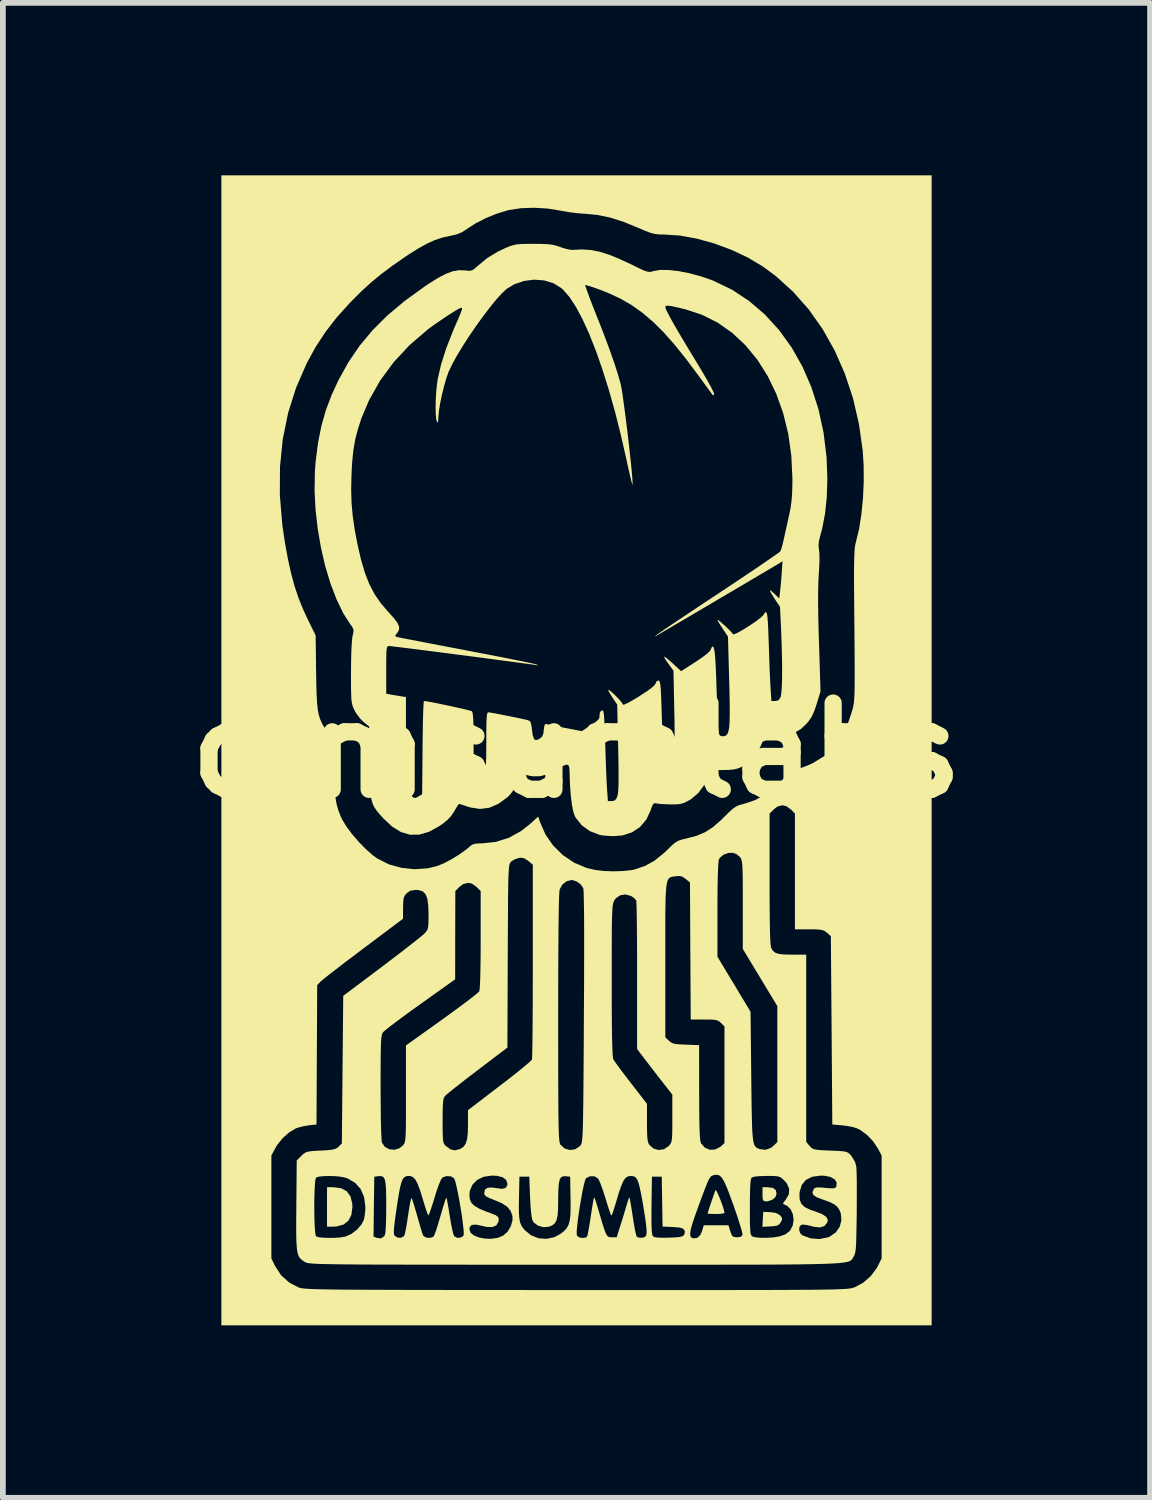
<source format=kicad_pcb>
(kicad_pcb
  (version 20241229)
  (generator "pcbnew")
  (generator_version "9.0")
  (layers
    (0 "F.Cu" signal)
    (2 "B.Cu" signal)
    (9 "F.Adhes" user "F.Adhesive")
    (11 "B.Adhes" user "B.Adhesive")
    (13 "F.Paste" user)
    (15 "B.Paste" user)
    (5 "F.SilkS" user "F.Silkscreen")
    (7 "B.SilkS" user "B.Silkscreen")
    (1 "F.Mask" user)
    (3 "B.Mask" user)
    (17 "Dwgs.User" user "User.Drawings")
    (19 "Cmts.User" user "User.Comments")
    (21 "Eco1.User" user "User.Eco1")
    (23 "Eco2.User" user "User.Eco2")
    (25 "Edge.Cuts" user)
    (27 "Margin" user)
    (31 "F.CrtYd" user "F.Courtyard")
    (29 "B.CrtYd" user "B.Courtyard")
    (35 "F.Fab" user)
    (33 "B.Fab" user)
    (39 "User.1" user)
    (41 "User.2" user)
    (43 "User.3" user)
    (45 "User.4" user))
  (footprint "dimsumlabs"
    (layer "F.Cu")
    (at 6.979 10.003)
    (property "Reference" "dimsumlabs" (at 0 0 0) (layer "F.SilkS") (effects (font (size 1.5 1.5) (thickness 0.3))))
    (attr board_only exclude_from_pos_files exclude_from_bom allow_missing_courtyard)
    (fp_poly (pts (xy 3.418 7.613) (xy 3.468 7.652) (xy 3.481 7.714) (xy 3.459 7.774) (xy 3.402 7.821) (xy 3.325 7.845) (xy 3.304 7.846) (xy 3.264 7.842) (xy 3.244 7.824) (xy 3.237 7.779) (xy 3.236 7.723) (xy 3.236 7.6) (xy 3.329 7.6)) (stroke (width 0) (type solid)) (fill yes) (layer "F.SilkS"))
    (fp_poly (pts (xy -4.095 7.618) (xy -3.997 7.671) (xy -3.932 7.76) (xy -3.901 7.884) (xy -3.898 7.944) (xy -3.916 8.081) (xy -3.968 8.183) (xy -4.055 8.251) (xy -4.176 8.283) (xy -4.241 8.287) (xy -4.34 8.287) (xy -4.34 7.944) (xy -4.34 7.6) (xy -4.228 7.6)) (stroke (width 0) (type solid)) (fill yes) (layer "F.SilkS"))
    (fp_poly (pts (xy 3.369 8.034) (xy 3.467 8.047) (xy 3.532 8.082) (xy 3.54 8.089) (xy 3.574 8.13) (xy 3.575 8.165) (xy 3.554 8.208) (xy 3.527 8.247) (xy 3.489 8.268) (xy 3.427 8.279) (xy 3.375 8.282) (xy 3.234 8.289) (xy 3.241 8.159) (xy 3.249 8.029)) (stroke (width 0) (type solid)) (fill yes) (layer "F.SilkS"))
    (fp_poly (pts (xy 2.43 7.658) (xy 2.453 7.701) (xy 2.483 7.768) (xy 2.514 7.847) (xy 2.543 7.927) (xy 2.564 7.996) (xy 2.574 8.042) (xy 2.574 8.047) (xy 2.552 8.057) (xy 2.494 8.064) (xy 2.427 8.066) (xy 2.35 8.065) (xy 2.296 8.062) (xy 2.28 8.058) (xy 2.287 8.033) (xy 2.306 7.974) (xy 2.332 7.896) (xy 2.361 7.81) (xy 2.389 7.731) (xy 2.41 7.671) (xy 2.418 7.649)) (stroke (width 0) (type solid)) (fill yes) (layer "F.SilkS"))
    (fp_poly (pts (xy -0.607 -8.81) (xy -0.503 -8.805) (xy -0.423 -8.796) (xy -0.354 -8.78) (xy -0.284 -8.756) (xy -0.282 -8.755) (xy -0.192 -8.726) (xy -0.109 -8.708) (xy -0.061 -8.706) (xy 0.095 -8.714) (xy 0.246 -8.704) (xy 0.401 -8.674) (xy 0.57 -8.621) (xy 0.76 -8.543) (xy 0.973 -8.443) (xy 1.088 -8.386) (xy 1.169 -8.349) (xy 1.226 -8.329) (xy 1.268 -8.322) (xy 1.305 -8.327) (xy 1.339 -8.337) (xy 1.453 -8.357) (xy 1.601 -8.356) (xy 1.775 -8.337) (xy 1.966 -8.299) (xy 2.164 -8.246) (xy 2.36 -8.178) (xy 2.383 -8.168) (xy 2.706 -8.013) (xy 3.004 -7.816) (xy 3.278 -7.581) (xy 3.524 -7.311) (xy 3.743 -7.008) (xy 3.931 -6.675) (xy 4.087 -6.315) (xy 4.21 -5.931) (xy 4.298 -5.526) (xy 4.35 -5.102) (xy 4.364 -4.729) (xy 4.354 -4.406) (xy 4.324 -4.118) (xy 4.273 -3.854) (xy 4.244 -3.747) (xy 4.217 -3.637) (xy 4.21 -3.553) (xy 4.219 -3.489) (xy 4.226 -3.42) (xy 4.227 -3.312) (xy 4.222 -3.176) (xy 4.215 -3.078) (xy 4.208 -2.942) (xy 4.204 -2.774) (xy 4.203 -2.57) (xy 4.206 -2.327) (xy 4.213 -2.041) (xy 4.218 -1.893) (xy 4.245 -1.026) (xy 4.178 -0.805) (xy 4.135 -0.68) (xy 4.093 -0.587) (xy 4.041 -0.51) (xy 4.004 -0.466) (xy 3.907 -0.373) (xy 3.805 -0.311) (xy 3.686 -0.277) (xy 3.538 -0.265) (xy 3.48 -0.265) (xy 3.269 -0.268) (xy 3.226 -0.124) (xy 3.155 0.037) (xy 3.048 0.171) (xy 2.912 0.27) (xy 2.882 0.285) (xy 2.808 0.315) (xy 2.733 0.333) (xy 2.639 0.341) (xy 2.534 0.343) (xy 2.31 0.343) (xy 2.284 0.45) (xy 2.221 0.604) (xy 2.12 0.742) (xy 1.991 0.851) (xy 1.961 0.868) (xy 1.888 0.907) (xy 1.825 0.929) (xy 1.756 0.939) (xy 1.662 0.941) (xy 1.626 0.94) (xy 1.527 0.937) (xy 1.441 0.931) (xy 1.386 0.923) (xy 1.38 0.922) (xy 1.351 0.92) (xy 1.328 0.944) (xy 1.303 1.002) (xy 1.29 1.044) (xy 1.215 1.204) (xy 1.106 1.333) (xy 0.967 1.426) (xy 0.802 1.48) (xy 0.65 1.493) (xy 0.551 1.489) (xy 0.461 1.481) (xy 0.405 1.472) (xy 0.231 1.405) (xy 0.091 1.304) (xy -0.014 1.171) (xy -0.03 1.142) (xy -0.057 1.064) (xy -0.08 0.943) (xy -0.099 0.788) (xy -0.113 0.606) (xy -0.12 0.404) (xy -0.121 0.362) (xy -0.126 0.292) (xy -0.144 0.255) (xy -0.181 0.249) (xy -0.243 0.275) (xy -0.338 0.33) (xy -0.343 0.333) (xy -0.492 0.411) (xy -0.626 0.45) (xy -0.757 0.452) (xy -0.817 0.442) (xy -0.887 0.428) (xy -0.932 0.422) (xy -0.941 0.422) (xy -0.996 0.538) (xy -1.069 0.658) (xy -1.149 0.762) (xy -1.199 0.814) (xy -1.357 0.93) (xy -1.516 0.999) (xy -1.678 1.02) (xy -1.846 0.994) (xy -1.881 0.983) (xy -1.96 0.957) (xy -2.019 0.938) (xy -2.044 0.932) (xy -2.061 0.951) (xy -2.093 1.002) (xy -2.129 1.064) (xy -2.182 1.144) (xy -2.248 1.214) (xy -2.339 1.286) (xy -2.389 1.32) (xy -2.566 1.417) (xy -2.735 1.467) (xy -2.897 1.468) (xy -3.055 1.421) (xy -3.209 1.325) (xy -3.357 1.187) (xy -3.424 1.113) (xy -3.477 1.049) (xy -3.518 0.989) (xy -3.547 0.926) (xy -3.568 0.853) (xy -3.582 0.762) (xy -3.59 0.646) (xy -3.595 0.499) (xy -3.598 0.312) (xy -3.599 0.215) (xy -3.607 -0.415) (xy -3.702 -0.49) (xy -3.768 -0.557) (xy -3.833 -0.645) (xy -3.86 -0.692) (xy -3.88 -0.735) (xy -3.896 -0.775) (xy -3.907 -0.819) (xy -3.915 -0.875) (xy -3.919 -0.95) (xy -3.922 -1.052) (xy -3.923 -1.189) (xy -3.923 -1.353) (xy -3.921 -1.551) (xy -3.917 -1.721) (xy -3.91 -1.857) (xy -3.902 -1.954) (xy -3.894 -1.994) (xy -3.879 -2.064) (xy -3.883 -2.112) (xy -3.912 -2.163) (xy -3.929 -2.184) (xy -4.058 -2.385) (xy -4.175 -2.627) (xy -4.28 -2.902) (xy -4.371 -3.203) (xy -4.445 -3.523) (xy -4.502 -3.855) (xy -4.54 -4.191) (xy -4.557 -4.525) (xy -4.556 -4.527) (xy -3.92 -4.527) (xy -3.913 -4.299) (xy -3.893 -4.078) (xy -3.86 -3.847) (xy -3.811 -3.588) (xy -3.749 -3.318) (xy -3.681 -3.088) (xy -3.604 -2.891) (xy -3.513 -2.717) (xy -3.405 -2.56) (xy -3.276 -2.41) (xy -3.179 -2.303) (xy -3.117 -2.22) (xy -3.087 -2.155) (xy -3.086 -2.101) (xy -3.112 -2.051) (xy -3.126 -2.035) (xy -3.153 -1.998) (xy -3.144 -1.979) (xy -3.135 -1.975) (xy -3.105 -1.968) (xy -3.032 -1.953) (xy -2.919 -1.931) (xy -2.773 -1.903) (xy -2.598 -1.869) (xy -2.399 -1.831) (xy -2.18 -1.789) (xy -1.947 -1.745) (xy -1.925 -1.74) (xy -1.69 -1.695) (xy -1.468 -1.653) (xy -1.265 -1.613) (xy -1.086 -1.577) (xy -0.935 -1.547) (xy -0.817 -1.522) (xy -0.737 -1.505) (xy -0.7 -1.495) (xy -0.699 -1.495) (xy -0.67 -1.48) (xy -0.684 -1.479) (xy -0.711 -1.484) (xy -0.756 -1.491) (xy -0.842 -1.503) (xy -0.964 -1.519) (xy -1.116 -1.54) (xy -1.293 -1.563) (xy -1.488 -1.589) (xy -1.697 -1.617) (xy -1.912 -1.645) (xy -2.13 -1.673) (xy -2.344 -1.701) (xy -2.548 -1.727) (xy -2.737 -1.751) (xy -2.905 -1.772) (xy -3.047 -1.79) (xy -3.157 -1.803) (xy -3.228 -1.812) (xy -3.256 -1.814) (xy -3.276 -1.813) (xy -3.29 -1.804) (xy -3.299 -1.781) (xy -3.305 -1.737) (xy -3.308 -1.664) (xy -3.31 -1.557) (xy -3.31 -1.408) (xy -3.31 -1.399) (xy -3.31 -0.985) (xy -3.242 -0.972) (xy -3.174 -0.96) (xy -3.089 -0.946) (xy -3.071 -0.943) (xy -2.967 -0.927) (xy -2.967 -0.113) (xy -2.967 0.702) (xy -2.892 0.773) (xy -2.843 0.817) (xy -2.81 0.83) (xy -2.773 0.817) (xy -2.751 0.804) (xy -2.685 0.763) (xy -2.678 -0.047) (xy -2.676 -0.241) (xy -2.673 -0.418) (xy -2.67 -0.573) (xy -2.666 -0.7) (xy -2.661 -0.793) (xy -2.657 -0.847) (xy -2.654 -0.858) (xy -2.612 -0.853) (xy -2.535 -0.84) (xy -2.432 -0.82) (xy -2.313 -0.795) (xy -2.189 -0.769) (xy -2.068 -0.742) (xy -1.961 -0.718) (xy -1.878 -0.698) (xy -1.829 -0.684) (xy -1.82 -0.68) (xy -1.809 -0.657) (xy -1.801 -0.606) (xy -1.795 -0.521) (xy -1.792 -0.399) (xy -1.79 -0.234) (xy -1.79 -0.145) (xy -1.79 0.367) (xy -1.727 0.382) (xy -1.655 0.379) (xy -1.617 0.355) (xy -1.601 0.337) (xy -1.588 0.312) (xy -1.58 0.274) (xy -1.574 0.215) (xy -1.571 0.129) (xy -1.57 0.009) (xy -1.569 -0.153) (xy -1.569 -0.175) (xy -1.569 -0.346) (xy -1.567 -0.474) (xy -1.563 -0.564) (xy -1.557 -0.621) (xy -1.548 -0.652) (xy -1.537 -0.662) (xy -1.536 -0.662) (xy -1.501 -0.657) (xy -1.429 -0.645) (xy -1.332 -0.626) (xy -1.22 -0.604) (xy -1.105 -0.581) (xy -0.997 -0.559) (xy -0.907 -0.539) (xy -0.854 -0.527) (xy -0.818 -0.513) (xy -0.797 -0.486) (xy -0.784 -0.432) (xy -0.775 -0.361) (xy -0.761 -0.258) (xy -0.74 -0.198) (xy -0.71 -0.177) (xy -0.665 -0.189) (xy -0.643 -0.201) (xy -0.599 -0.237) (xy -0.577 -0.287) (xy -0.569 -0.356) (xy -0.558 -0.432) (xy -0.539 -0.46) (xy -0.532 -0.459) (xy -0.498 -0.451) (xy -0.425 -0.435) (xy -0.326 -0.415) (xy -0.21 -0.392) (xy -0.205 -0.391) (xy 0.093 -0.334) (xy 0.252 -0.438) (xy 0.334 -0.494) (xy 0.38 -0.534) (xy 0.399 -0.568) (xy 0.399 -0.597) (xy 0.406 -0.655) (xy 0.426 -0.684) (xy 0.452 -0.698) (xy 0.467 -0.677) (xy 0.476 -0.633) (xy 0.48 -0.584) (xy 0.485 -0.495) (xy 0.491 -0.374) (xy 0.496 -0.232) (xy 0.501 -0.076) (xy 0.502 -0.049) (xy 0.507 0.12) (xy 0.513 0.288) (xy 0.519 0.444) (xy 0.525 0.574) (xy 0.531 0.668) (xy 0.531 0.668) (xy 0.546 0.883) (xy 0.614 0.883) (xy 0.663 0.874) (xy 0.693 0.841) (xy 0.712 0.793) (xy 0.721 0.751) (xy 0.727 0.684) (xy 0.731 0.589) (xy 0.732 0.459) (xy 0.731 0.292) (xy 0.728 0.083) (xy 0.725 -0.047) (xy 0.708 -0.797) (xy 0.625 -0.919) (xy 0.583 -0.985) (xy 0.557 -1.033) (xy 0.553 -1.052) (xy 0.576 -1.043) (xy 0.62 -1.007) (xy 0.675 -0.955) (xy 0.731 -0.897) (xy 0.778 -0.843) (xy 0.806 -0.803) (xy 0.809 -0.793) (xy 0.828 -0.795) (xy 0.881 -0.819) (xy 0.961 -0.862) (xy 1.059 -0.92) (xy 1.09 -0.94) (xy 1.209 -1.017) (xy 1.299 -1.081) (xy 1.355 -1.129) (xy 1.372 -1.156) (xy 1.392 -1.199) (xy 1.409 -1.21) (xy 1.427 -1.214) (xy 1.441 -1.206) (xy 1.451 -1.181) (xy 1.46 -1.134) (xy 1.466 -1.059) (xy 1.472 -0.951) (xy 1.477 -0.805) (xy 1.483 -0.625) (xy 1.488 -0.455) (xy 1.494 -0.283) (xy 1.5 -0.123) (xy 1.507 0.014) (xy 1.512 0.106) (xy 1.527 0.346) (xy 1.601 0.338) (xy 1.66 0.321) (xy 1.692 0.275) (xy 1.698 0.257) (xy 1.702 0.215) (xy 1.706 0.131) (xy 1.708 0.01) (xy 1.708 -0.14) (xy 1.707 -0.313) (xy 1.705 -0.502) (xy 1.703 -0.601) (xy 1.687 -1.385) (xy 1.601 -1.503) (xy 1.556 -1.567) (xy 1.529 -1.613) (xy 1.524 -1.631) (xy 1.546 -1.62) (xy 1.593 -1.583) (xy 1.658 -1.526) (xy 1.677 -1.509) (xy 1.82 -1.377) (xy 2.074 -1.54) (xy 2.191 -1.619) (xy 2.276 -1.684) (xy 2.325 -1.732) (xy 2.334 -1.751) (xy 2.353 -1.794) (xy 2.369 -1.807) (xy 2.382 -1.799) (xy 2.394 -1.763) (xy 2.405 -1.696) (xy 2.414 -1.594) (xy 2.422 -1.455) (xy 2.43 -1.274) (xy 2.437 -1.049) (xy 2.44 -0.968) (xy 2.445 -0.81) (xy 2.45 -0.66) (xy 2.456 -0.529) (xy 2.462 -0.427) (xy 2.467 -0.364) (xy 2.467 -0.362) (xy 2.478 -0.291) (xy 2.495 -0.257) (xy 2.526 -0.246) (xy 2.549 -0.245) (xy 2.583 -0.249) (xy 2.61 -0.265) (xy 2.631 -0.295) (xy 2.647 -0.346) (xy 2.658 -0.421) (xy 2.664 -0.524) (xy 2.666 -0.661) (xy 2.665 -0.835) (xy 2.661 -1.05) (xy 2.656 -1.219) (xy 2.635 -1.979) (xy 2.543 -2.117) (xy 2.497 -2.188) (xy 2.464 -2.243) (xy 2.452 -2.27) (xy 2.467 -2.265) (xy 2.507 -2.234) (xy 2.561 -2.186) (xy 2.62 -2.132) (xy 2.673 -2.079) (xy 2.71 -2.038) (xy 2.722 -2.02) (xy 2.745 -2.02) (xy 2.798 -2.043) (xy 2.873 -2.084) (xy 2.96 -2.137) (xy 3.05 -2.195) (xy 3.134 -2.254) (xy 3.203 -2.307) (xy 3.248 -2.348) (xy 3.261 -2.369) (xy 3.28 -2.4) (xy 3.294 -2.403) (xy 3.306 -2.394) (xy 3.316 -2.363) (xy 3.323 -2.306) (xy 3.33 -2.217) (xy 3.336 -2.09) (xy 3.342 -1.922) (xy 3.344 -1.869) (xy 3.35 -1.694) (xy 3.356 -1.519) (xy 3.362 -1.354) (xy 3.369 -1.214) (xy 3.374 -1.109) (xy 3.375 -1.097) (xy 3.39 -0.858) (xy 3.458 -0.858) (xy 3.51 -0.869) (xy 3.543 -0.91) (xy 3.553 -0.935) (xy 3.563 -0.994) (xy 3.571 -1.095) (xy 3.576 -1.233) (xy 3.577 -1.401) (xy 3.575 -1.594) (xy 3.57 -1.805) (xy 3.562 -2.028) (xy 3.558 -2.125) (xy 3.54 -2.497) (xy 3.449 -2.633) (xy 3.393 -2.722) (xy 3.366 -2.772) (xy 3.369 -2.785) (xy 3.401 -2.762) (xy 3.443 -2.723) (xy 3.527 -2.642) (xy 3.54 -2.749) (xy 3.548 -2.825) (xy 3.558 -2.929) (xy 3.567 -3.044) (xy 3.569 -3.073) (xy 3.584 -3.29) (xy 3.527 -3.253) (xy 3.495 -3.234) (xy 3.427 -3.194) (xy 3.327 -3.134) (xy 3.2 -3.06) (xy 3.052 -2.972) (xy 2.887 -2.874) (xy 2.71 -2.77) (xy 2.526 -2.662) (xy 2.34 -2.552) (xy 2.158 -2.445) (xy 1.983 -2.342) (xy 1.822 -2.247) (xy 1.678 -2.163) (xy 1.558 -2.092) (xy 1.466 -2.038) (xy 1.406 -2.003) (xy 1.385 -1.991) (xy 1.365 -1.982) (xy 1.37 -1.99) (xy 1.403 -2.015) (xy 1.465 -2.058) (xy 1.558 -2.122) (xy 1.683 -2.206) (xy 1.843 -2.313) (xy 2.039 -2.444) (xy 2.273 -2.6) (xy 2.468 -2.728) (xy 2.672 -2.864) (xy 2.865 -2.993) (xy 3.041 -3.111) (xy 3.197 -3.216) (xy 3.329 -3.307) (xy 3.433 -3.379) (xy 3.506 -3.43) (xy 3.542 -3.458) (xy 3.546 -3.461) (xy 3.561 -3.5) (xy 3.582 -3.572) (xy 3.604 -3.663) (xy 3.607 -3.678) (xy 3.631 -3.787) (xy 3.661 -3.921) (xy 3.691 -4.058) (xy 3.702 -4.107) (xy 3.726 -4.226) (xy 3.741 -4.341) (xy 3.751 -4.466) (xy 3.755 -4.616) (xy 3.756 -4.732) (xy 3.737 -5.128) (xy 3.683 -5.508) (xy 3.595 -5.867) (xy 3.475 -6.203) (xy 3.325 -6.513) (xy 3.146 -6.795) (xy 2.941 -7.045) (xy 2.711 -7.261) (xy 2.458 -7.439) (xy 2.184 -7.577) (xy 1.9 -7.67) (xy 1.762 -7.704) (xy 1.665 -7.725) (xy 1.601 -7.735) (xy 1.564 -7.734) (xy 1.548 -7.724) (xy 1.545 -7.709) (xy 1.557 -7.67) (xy 1.595 -7.594) (xy 1.654 -7.484) (xy 1.734 -7.343) (xy 1.833 -7.175) (xy 1.948 -6.983) (xy 2.035 -6.84) (xy 2.161 -6.632) (xy 2.26 -6.463) (xy 2.332 -6.335) (xy 2.377 -6.246) (xy 2.395 -6.196) (xy 2.393 -6.185) (xy 2.371 -6.179) (xy 2.37 -6.18) (xy 2.353 -6.203) (xy 2.313 -6.258) (xy 2.253 -6.339) (xy 2.18 -6.44) (xy 2.12 -6.522) (xy 1.903 -6.812) (xy 1.701 -7.063) (xy 1.511 -7.277) (xy 1.327 -7.459) (xy 1.146 -7.613) (xy 0.963 -7.743) (xy 0.772 -7.854) (xy 0.57 -7.948) (xy 0.503 -7.976) (xy 0.399 -8.016) (xy 0.305 -8.05) (xy 0.236 -8.073) (xy 0.215 -8.079) (xy 0.148 -8.096) (xy 0.194 -7.965) (xy 0.219 -7.896) (xy 0.258 -7.793) (xy 0.307 -7.668) (xy 0.36 -7.532) (xy 0.39 -7.459) (xy 0.489 -7.205) (xy 0.577 -6.967) (xy 0.653 -6.751) (xy 0.714 -6.563) (xy 0.758 -6.41) (xy 0.773 -6.351) (xy 0.787 -6.276) (xy 0.804 -6.166) (xy 0.823 -6.029) (xy 0.844 -5.871) (xy 0.866 -5.7) (xy 0.888 -5.52) (xy 0.909 -5.34) (xy 0.928 -5.166) (xy 0.946 -5.005) (xy 0.96 -4.864) (xy 0.97 -4.748) (xy 0.975 -4.666) (xy 0.975 -4.623) (xy 0.974 -4.619) (xy 0.966 -4.638) (xy 0.95 -4.699) (xy 0.928 -4.793) (xy 0.9 -4.912) (xy 0.872 -5.045) (xy 0.774 -5.476) (xy 0.671 -5.885) (xy 0.563 -6.269) (xy 0.451 -6.625) (xy 0.338 -6.949) (xy 0.223 -7.24) (xy 0.107 -7.495) (xy -0.007 -7.71) (xy -0.12 -7.883) (xy -0.23 -8.01) (xy -0.265 -8.042) (xy -0.404 -8.127) (xy -0.565 -8.175) (xy -0.739 -8.188) (xy -0.915 -8.165) (xy -1.083 -8.107) (xy -1.214 -8.028) (xy -1.293 -7.955) (xy -1.392 -7.847) (xy -1.503 -7.71) (xy -1.623 -7.553) (xy -1.746 -7.383) (xy -1.867 -7.207) (xy -1.98 -7.032) (xy -2.08 -6.866) (xy -2.163 -6.716) (xy -2.222 -6.591) (xy -2.226 -6.583) (xy -2.265 -6.47) (xy -2.305 -6.331) (xy -2.342 -6.18) (xy -2.373 -6.032) (xy -2.394 -5.901) (xy -2.403 -5.801) (xy -2.403 -5.798) (xy -2.406 -5.728) (xy -2.415 -5.703) (xy -2.427 -5.713) (xy -2.44 -5.759) (xy -2.448 -5.844) (xy -2.451 -5.956) (xy -2.449 -6.084) (xy -2.442 -6.217) (xy -2.43 -6.346) (xy -2.415 -6.455) (xy -2.357 -6.708) (xy -2.266 -6.995) (xy -2.141 -7.313) (xy -2.106 -7.395) (xy -2.053 -7.516) (xy -2.018 -7.6) (xy -1.998 -7.654) (xy -1.99 -7.683) (xy -1.994 -7.695) (xy -2.006 -7.698) (xy -2.012 -7.698) (xy -2.042 -7.685) (xy -2.103 -7.65) (xy -2.186 -7.598) (xy -2.283 -7.535) (xy -2.383 -7.467) (xy -2.479 -7.401) (xy -2.562 -7.341) (xy -2.587 -7.322) (xy -2.903 -7.05) (xy -3.18 -6.753) (xy -3.416 -6.432) (xy -3.608 -6.092) (xy -3.738 -5.786) (xy -3.802 -5.591) (xy -3.85 -5.405) (xy -3.883 -5.212) (xy -3.904 -4.998) (xy -3.915 -4.779) (xy -3.92 -4.527) (xy -4.556 -4.527) (xy -4.551 -4.848) (xy -4.538 -5.026) (xy -4.496 -5.351) (xy -4.438 -5.643) (xy -4.361 -5.916) (xy -4.259 -6.184) (xy -4.143 -6.436) (xy -3.97 -6.748) (xy -3.774 -7.037) (xy -3.548 -7.308) (xy -3.289 -7.566) (xy -2.991 -7.816) (xy -2.65 -8.063) (xy -2.57 -8.117) (xy -2.407 -8.219) (xy -2.271 -8.29) (xy -2.154 -8.334) (xy -2.047 -8.352) (xy -1.942 -8.349) (xy -1.924 -8.347) (xy -1.86 -8.341) (xy -1.813 -8.352) (xy -1.762 -8.388) (xy -1.726 -8.421) (xy -1.552 -8.565) (xy -1.361 -8.68) (xy -1.243 -8.735) (xy -1.168 -8.767) (xy -1.104 -8.788) (xy -1.041 -8.801) (xy -0.965 -8.808) (xy -0.863 -8.811) (xy -0.748 -8.811)) (stroke (width 0) (type solid)) (fill yes) (layer "F.SilkS"))
    (fp_poly (pts (xy 6.178 0) (xy 6.178 10.003) (xy 0 10.003) (xy -6.178 10.003) (xy -6.178 8.839) (xy -5.308 8.839) (xy -5.239 8.979) (xy -5.136 9.135) (xy -4.998 9.258) (xy -4.844 9.34) (xy -4.828 9.345) (xy -4.811 9.351) (xy -4.789 9.356) (xy -4.761 9.36) (xy -4.725 9.364) (xy -4.679 9.367) (xy -4.621 9.371) (xy -4.548 9.373) (xy -4.459 9.376) (xy -4.35 9.378) (xy -4.222 9.38) (xy -4.07 9.382) (xy -3.893 9.383) (xy -3.69 9.384) (xy -3.457 9.385) (xy -3.193 9.386) (xy -2.896 9.387) (xy -2.563 9.387) (xy -2.193 9.388) (xy -1.783 9.388) (xy -1.332 9.388) (xy -0.836 9.389) (xy -0.295 9.389) (xy -0.007 9.389) (xy 0.558 9.389) (xy 1.075 9.389) (xy 1.548 9.389) (xy 1.978 9.389) (xy 2.368 9.389) (xy 2.719 9.389) (xy 3.033 9.388) (xy 3.313 9.388) (xy 3.561 9.387) (xy 3.779 9.386) (xy 3.969 9.385) (xy 4.133 9.384) (xy 4.273 9.382) (xy 4.391 9.38) (xy 4.49 9.378) (xy 4.571 9.375) (xy 4.637 9.372) (xy 4.689 9.369) (xy 4.73 9.365) (xy 4.762 9.361) (xy 4.787 9.356) (xy 4.807 9.351) (xy 4.825 9.345) (xy 4.841 9.34) (xy 4.987 9.261) (xy 5.119 9.146) (xy 5.224 9.006) (xy 5.248 8.961) (xy 5.308 8.839) (xy 5.308 7.944) (xy 5.308 7.049) (xy 5.242 6.925) (xy 5.16 6.801) (xy 5.052 6.689) (xy 4.934 6.603) (xy 4.882 6.577) (xy 4.811 6.554) (xy 4.713 6.535) (xy 4.622 6.524) (xy 4.45 6.509) (xy 4.438 4.871) (xy 4.425 3.232) (xy 4.357 3.173) (xy 4.321 3.145) (xy 4.281 3.128) (xy 4.228 3.119) (xy 4.147 3.114) (xy 4.044 3.114) (xy 3.8 3.114) (xy 3.8 2.107) (xy 3.8 1.1) (xy 3.729 1.028) (xy 3.647 0.97) (xy 3.58 0.956) (xy 3.495 0.978) (xy 3.431 1.028) (xy 3.359 1.1) (xy 3.359 2.243) (xy 3.359 2.539) (xy 3.361 2.788) (xy 3.363 2.993) (xy 3.366 3.157) (xy 3.37 3.281) (xy 3.376 3.368) (xy 3.382 3.422) (xy 3.387 3.44) (xy 3.419 3.489) (xy 3.458 3.521) (xy 3.515 3.541) (xy 3.599 3.551) (xy 3.721 3.554) (xy 3.745 3.554) (xy 3.996 3.555) (xy 3.996 5.184) (xy 3.996 6.813) (xy 4.055 6.882) (xy 4.082 6.911) (xy 4.111 6.931) (xy 4.151 6.944) (xy 4.212 6.952) (xy 4.303 6.958) (xy 4.413 6.963) (xy 4.538 6.968) (xy 4.625 6.974) (xy 4.682 6.983) (xy 4.72 6.997) (xy 4.749 7.019) (xy 4.78 7.052) (xy 4.781 7.053) (xy 4.843 7.154) (xy 4.867 7.237) (xy 4.871 7.289) (xy 4.874 7.383) (xy 4.876 7.51) (xy 4.876 7.664) (xy 4.876 7.838) (xy 4.875 8.023) (xy 4.875 8.042) (xy 4.872 8.247) (xy 4.869 8.408) (xy 4.866 8.533) (xy 4.862 8.626) (xy 4.856 8.693) (xy 4.848 8.741) (xy 4.838 8.775) (xy 4.826 8.8) (xy 4.819 8.811) (xy 4.809 8.828) (xy 4.8 8.843) (xy 4.791 8.857) (xy 4.78 8.869) (xy 4.764 8.88) (xy 4.741 8.891) (xy 4.709 8.9) (xy 4.667 8.908) (xy 4.612 8.915) (xy 4.542 8.922) (xy 4.455 8.927) (xy 4.349 8.932) (xy 4.222 8.936) (xy 4.072 8.939) (xy 3.897 8.942) (xy 3.694 8.944) (xy 3.462 8.946) (xy 3.199 8.947) (xy 2.902 8.948) (xy 2.57 8.948) (xy 2.2 8.949) (xy 1.79 8.949) (xy 1.339 8.949) (xy 0.844 8.949) (xy 0.303 8.949) (xy -0.018 8.949) (xy -0.577 8.949) (xy -1.09 8.949) (xy -1.557 8.949) (xy -1.982 8.948) (xy -2.367 8.948) (xy -2.712 8.948) (xy -3.022 8.947) (xy -3.296 8.947) (xy -3.539 8.946) (xy -3.752 8.945) (xy -3.936 8.943) (xy -4.094 8.942) (xy -4.229 8.94) (xy -4.342 8.938) (xy -4.435 8.936) (xy -4.51 8.933) (xy -4.57 8.93) (xy -4.616 8.926) (xy -4.651 8.923) (xy -4.677 8.918) (xy -4.696 8.914) (xy -4.71 8.909) (xy -4.721 8.903) (xy -4.725 8.901) (xy -4.766 8.874) (xy -4.799 8.847) (xy -4.825 8.814) (xy -4.845 8.769) (xy -4.859 8.707) (xy -4.868 8.624) (xy -4.874 8.514) (xy -4.876 8.371) (xy -4.876 8.191) (xy -4.874 7.968) (xy -4.874 7.919) (xy -4.874 7.911) (xy -4.562 7.911) (xy -4.561 8.05) (xy -4.558 8.182) (xy -4.553 8.298) (xy -4.546 8.388) (xy -4.536 8.443) (xy -4.531 8.454) (xy -4.491 8.469) (xy -4.416 8.478) (xy -4.318 8.482) (xy -4.212 8.481) (xy -4.111 8.474) (xy -4.028 8.46) (xy -4.025 8.46) (xy -3.531 8.46) (xy -3.476 8.48) (xy -3.403 8.491) (xy -3.35 8.458) (xy -3.334 8.433) (xy -3.326 8.395) (xy -3.325 8.387) (xy -3.178 8.387) (xy -3.174 8.424) (xy -3.164 8.445) (xy -3.112 8.477) (xy -3.051 8.479) (xy -3.003 8.452) (xy -2.995 8.44) (xy -2.983 8.4) (xy -2.967 8.323) (xy -2.949 8.218) (xy -2.931 8.097) (xy -2.929 8.084) (xy -2.911 7.969) (xy -2.895 7.876) (xy -2.88 7.813) (xy -2.87 7.789) (xy -2.868 7.789) (xy -2.856 7.819) (xy -2.834 7.887) (xy -2.805 7.982) (xy -2.772 8.095) (xy -2.77 8.103) (xy -2.737 8.22) (xy -2.707 8.322) (xy -2.683 8.399) (xy -2.668 8.44) (xy -2.668 8.44) (xy -2.628 8.472) (xy -2.567 8.483) (xy -2.508 8.471) (xy -2.482 8.452) (xy -2.467 8.418) (xy -2.441 8.347) (xy -2.41 8.247) (xy -2.375 8.129) (xy -2.365 8.096) (xy -2.331 7.979) (xy -2.301 7.883) (xy -2.279 7.814) (xy -2.265 7.782) (xy -2.263 7.781) (xy -2.256 7.807) (xy -2.243 7.873) (xy -2.226 7.968) (xy -2.208 8.084) (xy -2.204 8.105) (xy -2.184 8.226) (xy -2.163 8.33) (xy -2.145 8.408) (xy -2.13 8.449) (xy -2.129 8.451) (xy -2.08 8.479) (xy -2.019 8.478) (xy -1.971 8.45) (xy -1.965 8.44) (xy -1.961 8.402) (xy -1.965 8.335) (xy -1.863 8.335) (xy -1.841 8.394) (xy -1.781 8.441) (xy -1.693 8.476) (xy -1.589 8.495) (xy -1.478 8.497) (xy -1.37 8.481) (xy -1.277 8.443) (xy -1.275 8.442) (xy -1.2 8.375) (xy -1.143 8.28) (xy -1.113 8.176) (xy -1.114 8.102) (xy -1.146 8.012) (xy -1.207 7.938) (xy -1.229 7.924) (xy -1.003 7.924) (xy -1.002 8.048) (xy -0.995 8.14) (xy -0.982 8.209) (xy -0.961 8.263) (xy -0.93 8.31) (xy -0.901 8.346) (xy -0.791 8.436) (xy -0.661 8.488) (xy -0.522 8.499) (xy -0.384 8.469) (xy -0.285 8.416) (xy -0.257 8.395) (xy 0.003 8.395) (xy 0.006 8.44) (xy 0.007 8.44) (xy 0.04 8.47) (xy 0.097 8.483) (xy 0.154 8.478) (xy 0.185 8.457) (xy 0.194 8.425) (xy 0.208 8.353) (xy 0.226 8.253) (xy 0.244 8.134) (xy 0.248 8.109) (xy 0.266 7.99) (xy 0.283 7.889) (xy 0.296 7.815) (xy 0.304 7.779) (xy 0.305 7.777) (xy 0.316 7.794) (xy 0.336 7.847) (xy 0.361 7.927) (xy 0.367 7.947) (xy 0.417 8.117) (xy 0.455 8.245) (xy 0.485 8.338) (xy 0.509 8.401) (xy 0.531 8.44) (xy 0.552 8.461) (xy 0.576 8.469) (xy 0.605 8.471) (xy 0.613 8.471) (xy 0.699 8.471) (xy 0.765 8.262) (xy 0.802 8.146) (xy 0.838 8.026) (xy 0.867 7.927) (xy 0.872 7.911) (xy 0.894 7.838) (xy 0.912 7.79) (xy 0.921 7.778) (xy 0.928 7.804) (xy 0.94 7.87) (xy 0.956 7.966) (xy 0.974 8.083) (xy 0.979 8.114) (xy 0.998 8.236) (xy 1.017 8.341) (xy 1.034 8.419) (xy 1.048 8.461) (xy 1.05 8.464) (xy 1.089 8.478) (xy 1.143 8.479) (xy 1.192 8.466) (xy 1.214 8.433) (xy 1.22 8.385) (xy 1.218 8.333) (xy 1.209 8.242) (xy 1.193 8.123) (xy 1.19 8.107) (xy 1.304 8.107) (xy 1.305 8.253) (xy 1.309 8.356) (xy 1.317 8.421) (xy 1.327 8.45) (xy 1.354 8.467) (xy 1.405 8.476) (xy 1.49 8.479) (xy 1.601 8.478) (xy 1.717 8.473) (xy 1.794 8.466) (xy 1.841 8.454) (xy 1.867 8.436) (xy 1.873 8.428) (xy 1.878 8.408) (xy 1.977 8.408) (xy 1.982 8.453) (xy 2.003 8.479) (xy 2.029 8.489) (xy 2.099 8.484) (xy 2.154 8.432) (xy 2.185 8.36) (xy 2.214 8.262) (xy 2.429 8.262) (xy 2.643 8.262) (xy 2.676 8.367) (xy 2.7 8.431) (xy 2.727 8.462) (xy 2.773 8.47) (xy 2.795 8.471) (xy 2.859 8.463) (xy 2.886 8.435) (xy 2.889 8.427) (xy 2.883 8.391) (xy 2.863 8.317) (xy 2.831 8.212) (xy 2.79 8.085) (xy 2.742 7.947) (xy 3.016 7.947) (xy 3.016 8.114) (xy 3.017 8.239) (xy 3.021 8.328) (xy 3.026 8.388) (xy 3.034 8.425) (xy 3.046 8.446) (xy 3.059 8.457) (xy 3.114 8.472) (xy 3.204 8.48) (xy 3.312 8.48) (xy 3.425 8.473) (xy 3.528 8.457) (xy 3.529 8.457) (xy 3.635 8.42) (xy 3.711 8.36) (xy 3.714 8.357) (xy 3.721 8.343) (xy 3.873 8.343) (xy 3.892 8.4) (xy 3.929 8.437) (xy 4.071 8.489) (xy 4.223 8.502) (xy 4.369 8.474) (xy 4.406 8.459) (xy 4.509 8.388) (xy 4.578 8.29) (xy 4.609 8.176) (xy 4.598 8.056) (xy 4.572 7.992) (xy 4.535 7.939) (xy 4.479 7.895) (xy 4.395 7.854) (xy 4.274 7.811) (xy 4.175 7.773) (xy 4.121 7.735) (xy 4.105 7.693) (xy 4.12 7.648) (xy 4.138 7.621) (xy 4.164 7.607) (xy 4.211 7.603) (xy 4.29 7.608) (xy 4.326 7.612) (xy 4.42 7.619) (xy 4.476 7.618) (xy 4.506 7.608) (xy 4.521 7.587) (xy 4.521 7.586) (xy 4.526 7.517) (xy 4.489 7.461) (xy 4.413 7.42) (xy 4.306 7.4) (xy 4.24 7.399) (xy 4.098 7.419) (xy 3.99 7.474) (xy 3.918 7.562) (xy 3.882 7.683) (xy 3.879 7.705) (xy 3.881 7.809) (xy 3.91 7.887) (xy 3.972 7.947) (xy 4.074 7.996) (xy 4.145 8.019) (xy 4.269 8.066) (xy 4.345 8.116) (xy 4.373 8.171) (xy 4.361 8.218) (xy 4.311 8.276) (xy 4.236 8.3) (xy 4.132 8.289) (xy 4.087 8.277) (xy 4.006 8.258) (xy 3.94 8.25) (xy 3.913 8.253) (xy 3.88 8.287) (xy 3.873 8.343) (xy 3.721 8.343) (xy 3.761 8.269) (xy 3.777 8.169) (xy 3.764 8.069) (xy 3.724 7.982) (xy 3.66 7.921) (xy 3.627 7.906) (xy 3.598 7.894) (xy 3.596 7.875) (xy 3.624 7.837) (xy 3.64 7.817) (xy 3.695 7.722) (xy 3.7 7.627) (xy 3.657 7.532) (xy 3.619 7.488) (xy 3.578 7.449) (xy 3.543 7.424) (xy 3.5 7.411) (xy 3.436 7.405) (xy 3.34 7.404) (xy 3.305 7.404) (xy 3.179 7.408) (xy 3.091 7.417) (xy 3.046 7.433) (xy 3.045 7.434) (xy 3.034 7.463) (xy 3.025 7.528) (xy 3.02 7.632) (xy 3.017 7.779) (xy 3.016 7.947) (xy 2.742 7.947) (xy 2.741 7.942) (xy 2.731 7.916) (xy 2.667 7.739) (xy 2.615 7.604) (xy 2.571 7.506) (xy 2.532 7.44) (xy 2.495 7.401) (xy 2.457 7.385) (xy 2.414 7.385) (xy 2.391 7.39) (xy 2.366 7.397) (xy 2.344 7.409) (xy 2.324 7.431) (xy 2.301 7.468) (xy 2.274 7.528) (xy 2.239 7.615) (xy 2.194 7.735) (xy 2.135 7.894) (xy 2.12 7.934) (xy 2.058 8.108) (xy 2.013 8.241) (xy 1.987 8.339) (xy 1.977 8.408) (xy 1.878 8.408) (xy 1.887 8.375) (xy 1.873 8.342) (xy 1.845 8.317) (xy 1.792 8.302) (xy 1.704 8.294) (xy 1.671 8.292) (xy 1.497 8.285) (xy 1.49 7.851) (xy 1.483 7.417) (xy 1.397 7.417) (xy 1.312 7.417) (xy 1.305 7.916) (xy 1.304 8.107) (xy 1.19 8.107) (xy 1.171 7.987) (xy 1.154 7.882) (xy 1.124 7.718) (xy 1.098 7.596) (xy 1.074 7.51) (xy 1.049 7.454) (xy 1.02 7.422) (xy 0.985 7.408) (xy 0.944 7.404) (xy 0.894 7.412) (xy 0.852 7.439) (xy 0.815 7.493) (xy 0.777 7.58) (xy 0.734 7.706) (xy 0.722 7.748) (xy 0.681 7.883) (xy 0.651 7.978) (xy 0.632 8.04) (xy 0.619 8.074) (xy 0.61 8.089) (xy 0.604 8.089) (xy 0.601 8.086) (xy 0.59 8.06) (xy 0.568 7.996) (xy 0.538 7.904) (xy 0.504 7.792) (xy 0.501 7.783) (xy 0.464 7.666) (xy 0.428 7.565) (xy 0.396 7.488) (xy 0.374 7.448) (xy 0.374 7.447) (xy 0.313 7.411) (xy 0.238 7.409) (xy 0.172 7.44) (xy 0.163 7.449) (xy 0.147 7.487) (xy 0.127 7.564) (xy 0.104 7.671) (xy 0.081 7.798) (xy 0.058 7.935) (xy 0.037 8.073) (xy 0.02 8.202) (xy 0.008 8.312) (xy 0.003 8.395) (xy -0.257 8.395) (xy -0.219 8.365) (xy -0.17 8.313) (xy -0.137 8.251) (xy -0.116 8.172) (xy -0.105 8.067) (xy -0.102 7.927) (xy -0.104 7.797) (xy -0.11 7.417) (xy -0.19 7.409) (xy -0.236 7.41) (xy -0.27 7.429) (xy -0.294 7.471) (xy -0.308 7.542) (xy -0.316 7.649) (xy -0.319 7.798) (xy -0.319 7.836) (xy -0.321 7.988) (xy -0.33 8.099) (xy -0.348 8.176) (xy -0.378 8.229) (xy -0.422 8.264) (xy -0.478 8.287) (xy -0.572 8.296) (xy -0.666 8.27) (xy -0.741 8.216) (xy -0.763 8.185) (xy -0.777 8.134) (xy -0.79 8.042) (xy -0.801 7.913) (xy -0.808 7.772) (xy -0.821 7.417) (xy -0.907 7.417) (xy -0.993 7.417) (xy -1 7.76) (xy -1.003 7.924) (xy -1.229 7.924) (xy -1.304 7.876) (xy -1.422 7.826) (xy -1.515 7.789) (xy -1.571 7.761) (xy -1.598 7.735) (xy -1.606 7.704) (xy -1.606 7.7) (xy -1.59 7.639) (xy -1.54 7.608) (xy -1.453 7.607) (xy -1.4 7.615) (xy -1.298 7.628) (xy -1.235 7.614) (xy -1.205 7.571) (xy -1.201 7.538) (xy -1.224 7.472) (xy -1.288 7.426) (xy -1.391 7.401) (xy -1.472 7.398) (xy -1.612 7.418) (xy -1.727 7.472) (xy -1.81 7.556) (xy -1.856 7.663) (xy -1.863 7.734) (xy -1.856 7.809) (xy -1.83 7.87) (xy -1.778 7.922) (xy -1.694 7.972) (xy -1.573 8.023) (xy -1.49 8.053) (xy -1.407 8.086) (xy -1.364 8.118) (xy -1.352 8.157) (xy -1.359 8.203) (xy -1.395 8.265) (xy -1.465 8.294) (xy -1.569 8.29) (xy -1.645 8.272) (xy -1.752 8.25) (xy -1.821 8.257) (xy -1.857 8.293) (xy -1.863 8.335) (xy -1.965 8.335) (xy -1.966 8.325) (xy -1.978 8.218) (xy -1.995 8.092) (xy -2.017 7.956) (xy -2.04 7.819) (xy -2.065 7.69) (xy -2.089 7.579) (xy -2.11 7.495) (xy -2.128 7.448) (xy -2.13 7.444) (xy -2.186 7.411) (xy -2.262 7.407) (xy -2.327 7.428) (xy -2.356 7.465) (xy -2.393 7.55) (xy -2.439 7.681) (xy -2.466 7.771) (xy -2.502 7.887) (xy -2.534 7.985) (xy -2.559 8.055) (xy -2.575 8.089) (xy -2.577 8.09) (xy -2.589 8.068) (xy -2.611 8.008) (xy -2.64 7.919) (xy -2.673 7.81) (xy -2.675 7.805) (xy -2.722 7.652) (xy -2.763 7.542) (xy -2.802 7.469) (xy -2.843 7.425) (xy -2.889 7.406) (xy -2.916 7.404) (xy -2.959 7.408) (xy -2.993 7.425) (xy -3.022 7.459) (xy -3.046 7.516) (xy -3.069 7.604) (xy -3.092 7.726) (xy -3.118 7.89) (xy -3.127 7.949) (xy -3.151 8.114) (xy -3.167 8.238) (xy -3.176 8.327) (xy -3.178 8.387) (xy -3.325 8.387) (xy -3.319 8.316) (xy -3.314 8.206) (xy -3.311 8.074) (xy -3.31 7.938) (xy -3.311 7.761) (xy -3.314 7.627) (xy -3.322 7.53) (xy -3.335 7.466) (xy -3.355 7.428) (xy -3.384 7.41) (xy -3.423 7.406) (xy -3.446 7.408) (xy -3.518 7.417) (xy -3.525 7.938) (xy -3.531 8.46) (xy -4.025 8.46) (xy -4.013 8.457) (xy -3.913 8.411) (xy -3.817 8.336) (xy -3.739 8.246) (xy -3.7 8.17) (xy -3.684 8.094) (xy -3.674 7.997) (xy -3.673 7.94) (xy -3.695 7.772) (xy -3.755 7.632) (xy -3.851 7.524) (xy -3.979 7.449) (xy -4.033 7.431) (xy -4.114 7.416) (xy -4.214 7.407) (xy -4.319 7.405) (xy -4.416 7.409) (xy -4.491 7.418) (xy -4.531 7.434) (xy -4.542 7.469) (xy -4.55 7.543) (xy -4.556 7.648) (xy -4.56 7.773) (xy -4.562 7.911) (xy -4.874 7.911) (xy -4.867 7.135) (xy -4.787 7.055) (xy -4.749 7.019) (xy -4.713 6.996) (xy -4.669 6.981) (xy -4.603 6.972) (xy -4.506 6.965) (xy -4.45 6.963) (xy -4.331 6.956) (xy -4.251 6.947) (xy -4.197 6.934) (xy -4.161 6.915) (xy -4.138 6.894) (xy -4.082 6.839) (xy -4.073 5.861) (xy -3.408 5.861) (xy -3.407 6.08) (xy -3.405 6.28) (xy -3.403 6.457) (xy -3.399 6.606) (xy -3.394 6.721) (xy -3.389 6.796) (xy -3.385 6.825) (xy -3.334 6.898) (xy -3.257 6.94) (xy -3.168 6.949) (xy -3.081 6.923) (xy -3.022 6.876) (xy -3.007 6.858) (xy -2.995 6.839) (xy -2.986 6.812) (xy -2.979 6.774) (xy -2.974 6.718) (xy -2.97 6.639) (xy -2.968 6.533) (xy -2.968 6.447) (xy -2.329 6.447) (xy -2.329 6.592) (xy -2.327 6.697) (xy -2.323 6.77) (xy -2.315 6.817) (xy -2.303 6.848) (xy -2.286 6.871) (xy -2.274 6.882) (xy -2.192 6.942) (xy -2.115 6.959) (xy -2.029 6.937) (xy -2.022 6.934) (xy -1.966 6.898) (xy -1.928 6.844) (xy -1.903 6.764) (xy -1.891 6.651) (xy -1.888 6.514) (xy -1.888 6.26) (xy -1.339 5.84) (xy -1.196 5.73) (xy -1.066 5.628) (xy -0.954 5.538) (xy -0.865 5.464) (xy -0.804 5.411) (xy -0.776 5.382) (xy -0.775 5.381) (xy -0.773 5.35) (xy -0.77 5.274) (xy -0.768 5.158) (xy -0.766 5.005) (xy -0.764 4.819) (xy -0.763 4.659) (xy -0.319 4.659) (xy -0.319 5.035) (xy -0.318 5.366) (xy -0.318 5.653) (xy -0.317 5.901) (xy -0.316 6.112) (xy -0.315 6.289) (xy -0.313 6.435) (xy -0.31 6.554) (xy -0.308 6.648) (xy -0.304 6.72) (xy -0.3 6.774) (xy -0.295 6.813) (xy -0.289 6.839) (xy -0.283 6.856) (xy -0.279 6.861) (xy -0.207 6.926) (xy -0.118 6.953) (xy -0.025 6.941) (xy 0.056 6.888) (xy 0.064 6.88) (xy 0.073 6.869) (xy 0.08 6.857) (xy 0.087 6.839) (xy 0.093 6.813) (xy 0.098 6.776) (xy 0.103 6.724) (xy 0.107 6.655) (xy 0.11 6.565) (xy 0.113 6.452) (xy 0.115 6.312) (xy 0.118 6.143) (xy 0.12 5.94) (xy 0.122 5.702) (xy 0.124 5.424) (xy 0.126 5.105) (xy 0.128 4.74) (xy 0.128 4.645) (xy 0.131 4.216) (xy 0.132 4.004) (xy 0.613 4.004) (xy 0.613 4.323) (xy 0.614 4.596) (xy 0.616 4.824) (xy 0.619 5.009) (xy 0.623 5.155) (xy 0.627 5.262) (xy 0.633 5.334) (xy 0.639 5.372) (xy 0.641 5.377) (xy 0.665 5.413) (xy 0.713 5.48) (xy 0.781 5.572) (xy 0.863 5.68) (xy 0.948 5.79) (xy 1.226 6.149) (xy 1.226 6.477) (xy 1.227 6.619) (xy 1.231 6.721) (xy 1.239 6.791) (xy 1.252 6.837) (xy 1.265 6.861) (xy 1.338 6.927) (xy 1.427 6.953) (xy 1.52 6.94) (xy 1.602 6.886) (xy 1.612 6.876) (xy 1.632 6.85) (xy 1.647 6.822) (xy 1.657 6.782) (xy 1.663 6.723) (xy 1.666 6.637) (xy 1.667 6.516) (xy 1.667 6.401) (xy 1.667 5.989) (xy 1.525 5.808) (xy 1.445 5.706) (xy 1.351 5.584) (xy 1.258 5.463) (xy 1.218 5.412) (xy 1.054 5.196) (xy 1.054 3.924) (xy 1.054 3.678) (xy 1.053 3.446) (xy 1.053 3.364) (xy 1.545 3.364) (xy 1.545 3.652) (xy 1.545 4.993) (xy 1.608 5.052) (xy 1.643 5.081) (xy 1.685 5.1) (xy 1.744 5.111) (xy 1.834 5.117) (xy 1.902 5.12) (xy 2.133 5.129) (xy 2.134 5.954) (xy 2.135 6.192) (xy 2.136 6.385) (xy 2.139 6.538) (xy 2.143 6.654) (xy 2.148 6.739) (xy 2.155 6.797) (xy 2.164 6.831) (xy 2.167 6.838) (xy 2.233 6.912) (xy 2.319 6.949) (xy 2.413 6.944) (xy 2.503 6.898) (xy 2.518 6.885) (xy 2.574 6.832) (xy 2.574 5.817) (xy 2.574 4.803) (xy 2.514 4.743) (xy 2.482 4.715) (xy 2.446 4.697) (xy 2.395 4.687) (xy 2.317 4.683) (xy 2.221 4.683) (xy 1.987 4.683) (xy 1.981 3.591) (xy 2.452 3.591) (xy 2.74 4.069) (xy 3.028 4.548) (xy 3.04 5.676) (xy 3.043 5.95) (xy 3.046 6.18) (xy 3.05 6.369) (xy 3.054 6.522) (xy 3.059 6.642) (xy 3.067 6.734) (xy 3.077 6.803) (xy 3.089 6.852) (xy 3.105 6.885) (xy 3.125 6.907) (xy 3.15 6.922) (xy 3.178 6.934) (xy 3.187 6.937) (xy 3.286 6.95) (xy 3.382 6.916) (xy 3.432 6.875) (xy 3.494 6.815) (xy 3.494 5.632) (xy 3.494 4.45) (xy 3.193 3.952) (xy 2.893 3.455) (xy 2.893 2.687) (xy 2.893 2.472) (xy 2.892 2.301) (xy 2.891 2.167) (xy 2.888 2.067) (xy 2.884 1.993) (xy 2.878 1.941) (xy 2.87 1.905) (xy 2.86 1.88) (xy 2.847 1.86) (xy 2.845 1.857) (xy 2.788 1.809) (xy 2.728 1.783) (xy 2.641 1.785) (xy 2.557 1.816) (xy 2.494 1.869) (xy 2.476 1.901) (xy 2.47 1.942) (xy 2.464 2.028) (xy 2.459 2.153) (xy 2.455 2.312) (xy 2.453 2.501) (xy 2.452 2.714) (xy 2.452 2.778) (xy 2.452 3.591) (xy 1.981 3.591) (xy 1.98 3.492) (xy 1.974 2.3) (xy 1.902 2.239) (xy 1.842 2.197) (xy 1.781 2.186) (xy 1.73 2.19) (xy 1.691 2.195) (xy 1.658 2.2) (xy 1.631 2.209) (xy 1.608 2.227) (xy 1.589 2.256) (xy 1.575 2.301) (xy 1.564 2.365) (xy 1.556 2.452) (xy 1.55 2.566) (xy 1.547 2.71) (xy 1.545 2.889) (xy 1.545 3.105) (xy 1.545 3.364) (xy 1.053 3.364) (xy 1.052 3.233) (xy 1.05 3.043) (xy 1.048 2.883) (xy 1.046 2.755) (xy 1.043 2.665) (xy 1.04 2.618) (xy 1.039 2.612) (xy 1.008 2.574) (xy 0.953 2.536) (xy 0.95 2.534) (xy 0.851 2.507) (xy 0.758 2.522) (xy 0.681 2.578) (xy 0.661 2.606) (xy 0.65 2.625) (xy 0.642 2.647) (xy 0.634 2.677) (xy 0.628 2.719) (xy 0.624 2.776) (xy 0.62 2.852) (xy 0.617 2.953) (xy 0.615 3.082) (xy 0.614 3.242) (xy 0.613 3.439) (xy 0.613 3.676) (xy 0.613 3.958) (xy 0.613 4.004) (xy 0.132 4.004) (xy 0.132 3.831) (xy 0.133 3.49) (xy 0.133 3.194) (xy 0.132 2.943) (xy 0.13 2.739) (xy 0.127 2.582) (xy 0.124 2.472) (xy 0.12 2.41) (xy 0.117 2.398) (xy 0.073 2.332) (xy 0.001 2.28) (xy -0.077 2.256) (xy -0.086 2.256) (xy -0.173 2.278) (xy -0.247 2.337) (xy -0.293 2.42) (xy -0.293 2.421) (xy -0.298 2.465) (xy -0.303 2.558) (xy -0.307 2.698) (xy -0.31 2.887) (xy -0.313 3.122) (xy -0.315 3.405) (xy -0.317 3.733) (xy -0.318 4.108) (xy -0.319 4.528) (xy -0.319 4.659) (xy -0.763 4.659) (xy -0.763 4.604) (xy -0.761 4.365) (xy -0.761 4.106) (xy -0.76 3.831) (xy -0.76 3.666) (xy -0.76 1.99) (xy -0.838 1.924) (xy -0.902 1.881) (xy -0.961 1.868) (xy -1.002 1.872) (xy -1.077 1.897) (xy -1.138 1.936) (xy -1.139 1.937) (xy -1.149 1.948) (xy -1.157 1.962) (xy -1.165 1.982) (xy -1.171 2.012) (xy -1.176 2.056) (xy -1.18 2.117) (xy -1.184 2.199) (xy -1.187 2.305) (xy -1.189 2.44) (xy -1.191 2.606) (xy -1.192 2.808) (xy -1.193 3.049) (xy -1.195 3.333) (xy -1.196 3.579) (xy -1.202 5.171) (xy -1.723 5.567) (xy -1.864 5.674) (xy -1.994 5.775) (xy -2.106 5.863) (xy -2.197 5.935) (xy -2.259 5.987) (xy -2.286 6.012) (xy -2.303 6.037) (xy -2.315 6.073) (xy -2.322 6.128) (xy -2.327 6.211) (xy -2.329 6.328) (xy -2.329 6.447) (xy -2.968 6.447) (xy -2.967 6.393) (xy -2.967 6.216) (xy -2.967 5.995) (xy -2.967 5.974) (xy -2.967 5.134) (xy -2.342 4.687) (xy -2.187 4.575) (xy -2.044 4.47) (xy -1.919 4.377) (xy -1.816 4.298) (xy -1.741 4.238) (xy -1.699 4.201) (xy -1.692 4.193) (xy -1.685 4.155) (xy -1.679 4.072) (xy -1.674 3.946) (xy -1.671 3.781) (xy -1.668 3.58) (xy -1.667 3.346) (xy -1.667 3.297) (xy -1.667 2.448) (xy -1.739 2.376) (xy -1.821 2.318) (xy -1.888 2.305) (xy -1.972 2.327) (xy -2.037 2.376) (xy -2.108 2.448) (xy -2.11 3.216) (xy -2.111 3.984) (xy -2.713 4.413) (xy -2.867 4.523) (xy -3.009 4.627) (xy -3.134 4.72) (xy -3.238 4.798) (xy -3.313 4.858) (xy -3.356 4.895) (xy -3.362 4.901) (xy -3.374 4.918) (xy -3.383 4.941) (xy -3.391 4.974) (xy -3.397 5.022) (xy -3.401 5.09) (xy -3.404 5.183) (xy -3.406 5.307) (xy -3.407 5.465) (xy -3.408 5.663) (xy -3.408 5.861) (xy -4.073 5.861) (xy -4.07 5.555) (xy -4.058 4.271) (xy -3.383 3.764) (xy -3.221 3.641) (xy -3.069 3.525) (xy -2.933 3.419) (xy -2.816 3.328) (xy -2.725 3.255) (xy -2.664 3.205) (xy -2.642 3.185) (xy -2.612 3.15) (xy -2.592 3.116) (xy -2.581 3.071) (xy -2.576 3.003) (xy -2.574 2.902) (xy -2.574 2.854) (xy -2.579 2.697) (xy -2.595 2.581) (xy -2.626 2.503) (xy -2.674 2.455) (xy -2.744 2.432) (xy -2.802 2.428) (xy -2.892 2.443) (xy -2.955 2.487) (xy -2.987 2.524) (xy -3.005 2.566) (xy -3.014 2.627) (xy -3.017 2.721) (xy -3.017 2.739) (xy -3.018 2.93) (xy -3.704 3.445) (xy -3.867 3.568) (xy -4.02 3.683) (xy -4.157 3.789) (xy -4.274 3.879) (xy -4.366 3.951) (xy -4.427 4.001) (xy -4.451 4.022) (xy -4.511 4.084) (xy -4.517 5.297) (xy -4.523 6.509) (xy -4.658 6.524) (xy -4.754 6.54) (xy -4.846 6.564) (xy -4.882 6.577) (xy -4.998 6.646) (xy -5.112 6.747) (xy -5.208 6.866) (xy -5.242 6.925) (xy -5.308 7.049) (xy -5.308 7.944) (xy -5.308 8.839) (xy -6.178 8.839) (xy -6.178 0) (xy -6.178 -4.439) (xy -5.161 -4.439) (xy -5.118 -3.924) (xy -5.073 -3.617) (xy -5.02 -3.327) (xy -4.964 -3.075) (xy -4.903 -2.85) (xy -4.833 -2.642) (xy -4.751 -2.44) (xy -4.67 -2.268) (xy -4.538 -1.998) (xy -4.53 -1.361) (xy -4.526 -1.143) (xy -4.521 -0.967) (xy -4.513 -0.826) (xy -4.501 -0.712) (xy -4.484 -0.619) (xy -4.459 -0.54) (xy -4.426 -0.466) (xy -4.383 -0.391) (xy -4.329 -0.308) (xy -4.327 -0.304) (xy -4.217 -0.141) (xy -4.217 0.279) (xy -4.215 0.493) (xy -4.208 0.668) (xy -4.195 0.81) (xy -4.175 0.931) (xy -4.145 1.037) (xy -4.106 1.139) (xy -4.078 1.2) (xy -4.007 1.319) (xy -3.907 1.454) (xy -3.788 1.592) (xy -3.662 1.721) (xy -3.539 1.829) (xy -3.46 1.885) (xy -3.265 1.983) (xy -3.046 2.044) (xy -2.817 2.068) (xy -2.59 2.053) (xy -2.427 2.014) (xy -2.311 1.967) (xy -2.177 1.896) (xy -2.041 1.813) (xy -1.921 1.727) (xy -1.862 1.677) (xy -1.818 1.643) (xy -1.766 1.625) (xy -1.689 1.619) (xy -1.641 1.618) (xy -1.404 1.593) (xy -1.177 1.522) (xy -0.963 1.403) (xy -0.81 1.283) (xy -0.666 1.152) (xy -0.636 1.244) (xy -0.54 1.464) (xy -0.405 1.658) (xy -0.237 1.823) (xy -0.042 1.954) (xy 0.176 2.046) (xy 0.332 2.082) (xy 0.477 2.099) (xy 0.639 2.105) (xy 0.8 2.1) (xy 0.942 2.086) (xy 1.017 2.071) (xy 1.197 2.009) (xy 1.359 1.918) (xy 1.517 1.791) (xy 1.575 1.736) (xy 1.655 1.657) (xy 1.716 1.606) (xy 1.771 1.573) (xy 1.834 1.552) (xy 1.91 1.534) (xy 2.086 1.488) (xy 2.237 1.424) (xy 2.376 1.334) (xy 2.517 1.211) (xy 2.562 1.166) (xy 2.651 1.078) (xy 2.717 1.018) (xy 2.772 0.979) (xy 2.825 0.955) (xy 2.887 0.938) (xy 2.899 0.935) (xy 3.102 0.868) (xy 3.297 0.764) (xy 3.473 0.63) (xy 3.616 0.476) (xy 3.638 0.446) (xy 3.69 0.381) (xy 3.745 0.348) (xy 3.814 0.332) (xy 3.888 0.313) (xy 3.986 0.277) (xy 4.091 0.232) (xy 4.115 0.22) (xy 4.311 0.099) (xy 4.476 -0.053) (xy 4.611 -0.239) (xy 4.72 -0.464) (xy 4.783 -0.65) (xy 4.795 -0.691) (xy 4.806 -0.728) (xy 4.814 -0.765) (xy 4.822 -0.806) (xy 4.828 -0.854) (xy 4.832 -0.914) (xy 4.836 -0.989) (xy 4.838 -1.083) (xy 4.839 -1.199) (xy 4.839 -1.343) (xy 4.839 -1.517) (xy 4.838 -1.725) (xy 4.836 -1.971) (xy 4.833 -2.26) (xy 4.831 -2.538) (xy 4.829 -2.786) (xy 4.828 -2.991) (xy 4.828 -3.156) (xy 4.83 -3.289) (xy 4.833 -3.392) (xy 4.837 -3.473) (xy 4.843 -3.535) (xy 4.851 -3.584) (xy 4.861 -3.625) (xy 4.862 -3.629) (xy 4.916 -3.851) (xy 4.956 -4.108) (xy 4.984 -4.387) (xy 4.997 -4.676) (xy 4.995 -4.962) (xy 4.979 -5.214) (xy 4.913 -5.68) (xy 4.809 -6.128) (xy 4.668 -6.553) (xy 4.492 -6.954) (xy 4.283 -7.326) (xy 4.041 -7.669) (xy 3.769 -7.977) (xy 3.469 -8.249) (xy 3.237 -8.42) (xy 2.978 -8.574) (xy 2.693 -8.708) (xy 2.394 -8.818) (xy 2.092 -8.902) (xy 1.798 -8.955) (xy 1.524 -8.973) (xy 1.523 -8.973) (xy 1.434 -8.975) (xy 1.36 -8.984) (xy 1.286 -9.003) (xy 1.198 -9.036) (xy 1.091 -9.082) (xy 0.828 -9.19) (xy 0.592 -9.266) (xy 0.374 -9.312) (xy 0.172 -9.332) (xy 0.033 -9.342) (xy -0.121 -9.361) (xy -0.26 -9.385) (xy -0.282 -9.389) (xy -0.504 -9.425) (xy -0.738 -9.439) (xy -0.966 -9.431) (xy -1.171 -9.4) (xy -1.208 -9.391) (xy -1.391 -9.334) (xy -1.578 -9.258) (xy -1.752 -9.169) (xy -1.895 -9.078) (xy -1.899 -9.074) (xy -1.994 -9.012) (xy -2.092 -8.973) (xy -2.193 -8.951) (xy -2.331 -8.921) (xy -2.464 -8.877) (xy -2.601 -8.815) (xy -2.752 -8.731) (xy -2.928 -8.62) (xy -2.965 -8.595) (xy -3.195 -8.436) (xy -3.393 -8.288) (xy -3.572 -8.141) (xy -3.744 -7.984) (xy -3.921 -7.806) (xy -3.936 -7.791) (xy -4.169 -7.534) (xy -4.365 -7.281) (xy -4.537 -7.019) (xy -4.694 -6.732) (xy -4.695 -6.73) (xy -4.878 -6.309) (xy -5.017 -5.87) (xy -5.11 -5.412) (xy -5.158 -4.935) (xy -5.161 -4.439) (xy -6.178 -4.439) (xy -6.178 -10.003) (xy 0 -10.003) (xy 6.178 -10.003)) (stroke (width 0) (type solid)) (fill yes) (layer "F.SilkS")))
  (gr_rect
    (start -3 -3)
    (end 16.957 23.006)
    (stroke (width 0.1) (type default))
    (fill no)
    (layer "Edge.Cuts")))
</source>
